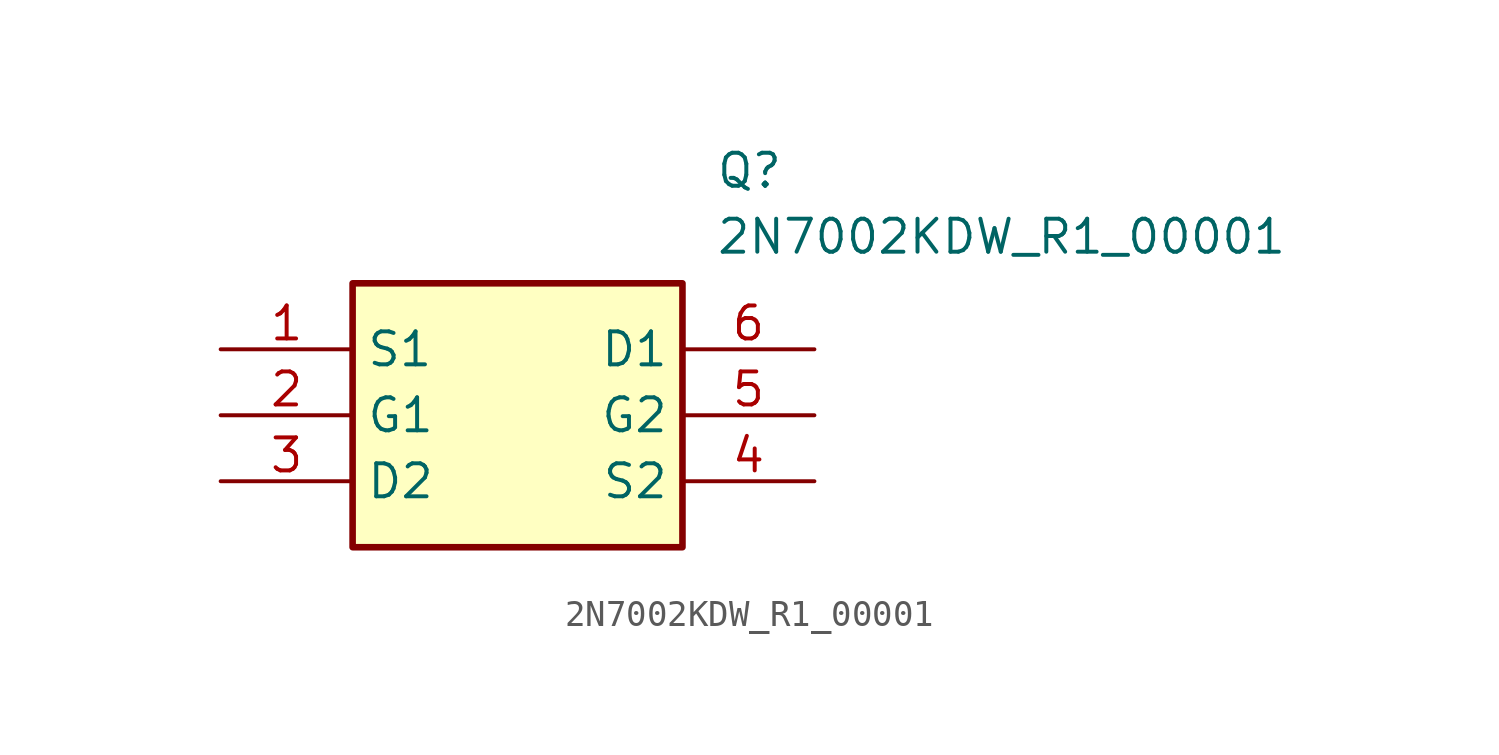
<source format=kicad_sym>
(kicad_symbol_lib
  (version 20220914)
  (generator kicad_symbol_editor)
  (symbol "2N7002KDW_R1_00001"
    (property "Reference" "Q"
      (at 19.05 7.62 0)
      (effects (font (size 1.27 1.27)) (justify left top)))
    (property "Value" "2N7002KDW_R1_00001"
      (at 19.05 5.08 0)
      (effects (font (size 1.27 1.27)) (justify left top)))
    (symbol "2N7002KDW_R1_00001_1_1"
      (rectangle (start 5.08 2.54) (end 17.78 -7.62) (stroke (width 0.254) (type default)) (fill (type background)))
      (pin passive line (at 0 0 0) (length 5.08) (name "S1" (effects (font (size 1.27 1.27)))) (number "1" (effects (font (size 1.27 1.27)))))
      (pin passive line (at 0 -2.54 0) (length 5.08) (name "G1" (effects (font (size 1.27 1.27)))) (number "2" (effects (font (size 1.27 1.27)))))
      (pin passive line (at 0 -5.08 0) (length 5.08) (name "D2" (effects (font (size 1.27 1.27)))) (number "3" (effects (font (size 1.27 1.27)))))
      (pin passive line (at 22.86 -5.08 180) (length 5.08) (name "S2" (effects (font (size 1.27 1.27)))) (number "4" (effects (font (size 1.27 1.27)))))
      (pin passive line (at 22.86 -2.54 180) (length 5.08) (name "G2" (effects (font (size 1.27 1.27)))) (number "5" (effects (font (size 1.27 1.27)))))
      (pin passive line (at 22.86 0 180) (length 5.08) (name "D1" (effects (font (size 1.27 1.27)))) (number "6" (effects (font (size 1.27 1.27))))))))
</source>
